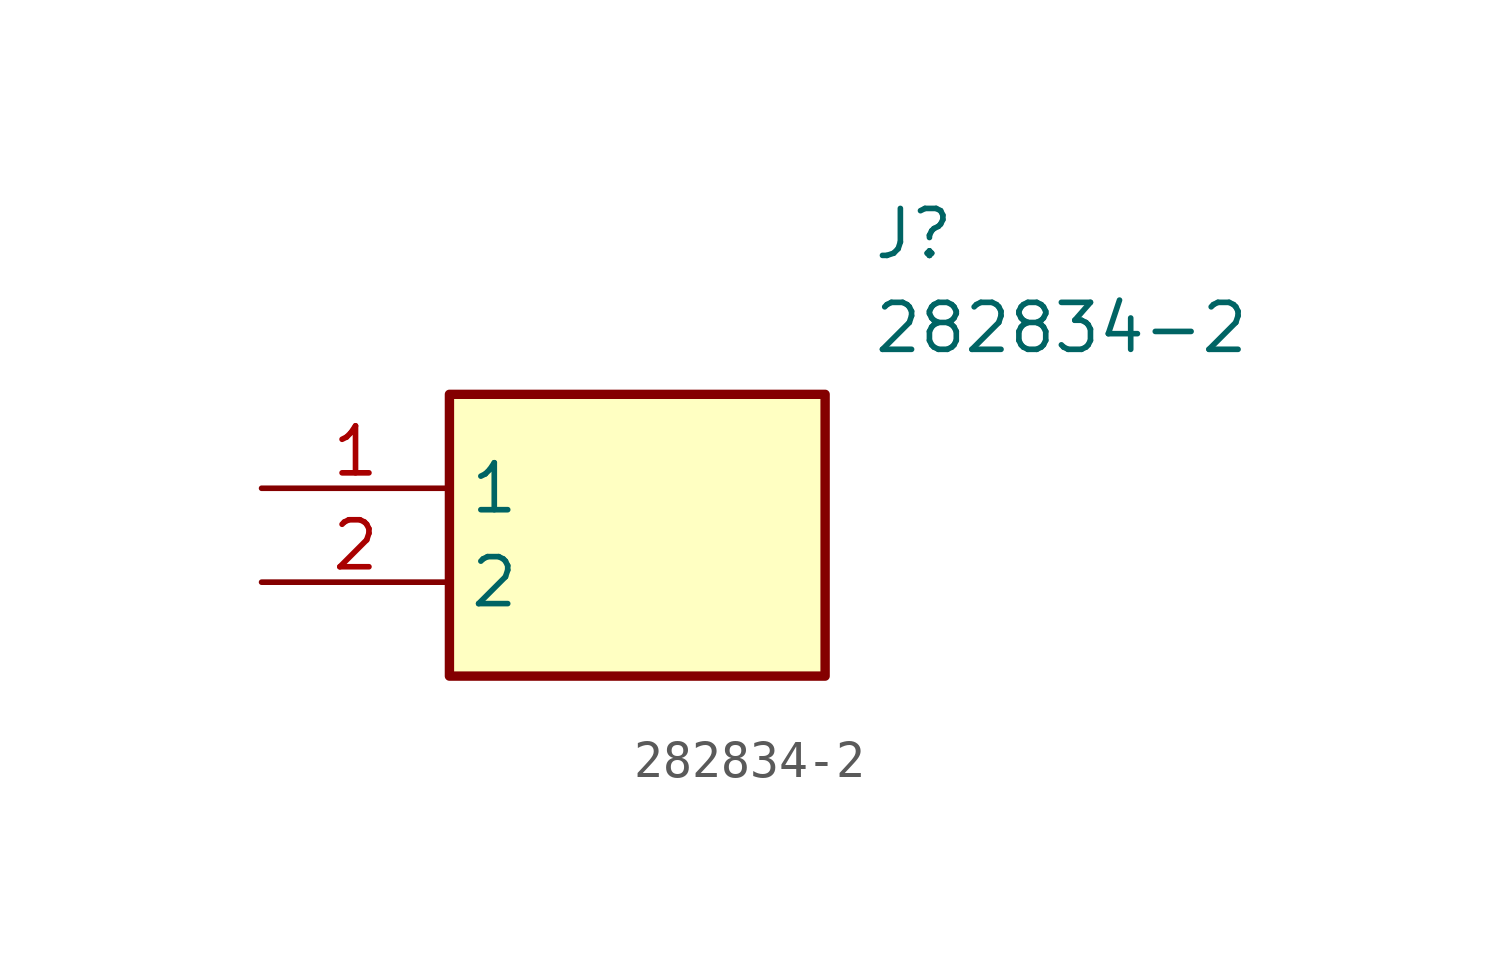
<source format=kicad_sym>
(kicad_symbol_lib
  (version 20211014)
  (generator SamacSys_ECAD_Model)
  (symbol "282834-2"
    (property "Reference" "J"
      (at 16.51 7.62 0)
      (effects (font (size 1.27 1.27)) (justify left top)))
    (property "Value" "282834-2"
      (at 16.51 5.08 0)
      (effects (font (size 1.27 1.27)) (justify left top)))
    (rectangle
      (start 5.08 2.54)
      (end 15.24 -5.08)
      (stroke (width 0.254) (type default))
      (fill (type background)))
    (pin passive line
      (at 0 0 0)
      (length 5.08)
      (name "1" (effects (font (size 1.27 1.27))))
      (number "1" (effects (font (size 1.27 1.27)))))
    (pin passive line
      (at 0 -2.54 0)
      (length 5.08)
      (name "2" (effects (font (size 1.27 1.27))))
      (number "2" (effects (font (size 1.27 1.27)))))))
</source>
